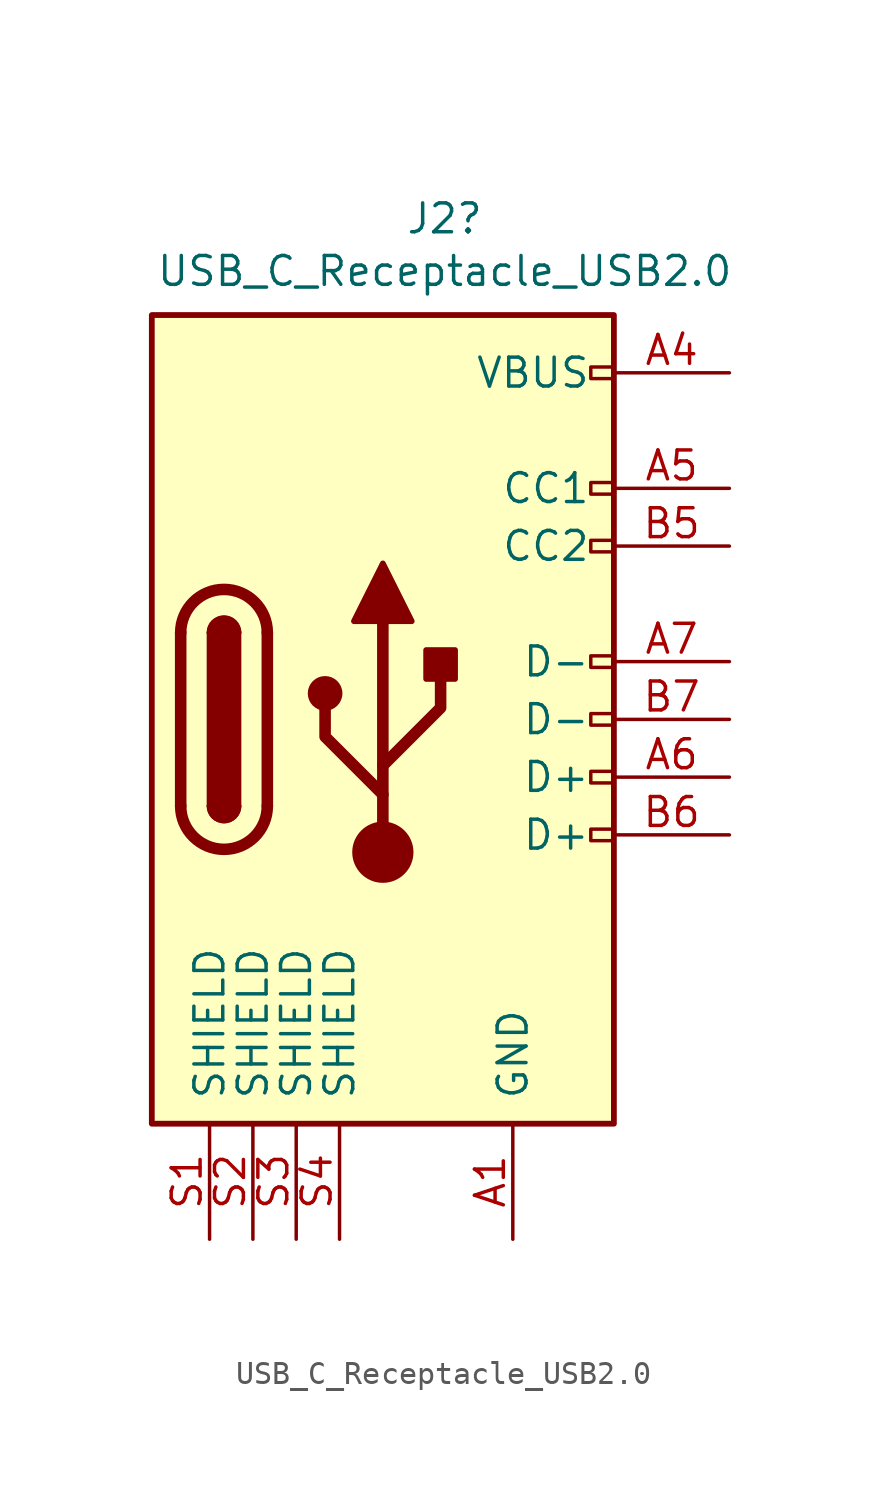
<source format=kicad_sym>
(kicad_symbol_lib
  (version 20211014)
  (generator kicad_symbol_editor)
  (symbol "USB_C_Receptacle_USB2.0"
    (pin_names
      (offset 1.016))
    (property "Reference" "J2"
      (at 2.718 22.022 0)
      (effects (font (size 1.27 1.27))))
    (property "Value" "USB_C_Receptacle_USB2.0"
      (at 2.718 19.71 0)
      (effects (font (size 1.27 1.27))))
    (symbol "USB_C_Receptacle_USB2.0_0_0"
      (rectangle (start 10.16 -4.826) (end 9.144 -5.334) (stroke (width 0) (type default) (color 0 0 0 0)) (fill (type none)))
      (rectangle (start 10.16 -2.286) (end 9.144 -2.794) (stroke (width 0) (type default) (color 0 0 0 0)) (fill (type none)))
      (rectangle (start 10.16 0.254) (end 9.144 -0.254) (stroke (width 0) (type default) (color 0 0 0 0)) (fill (type none)))
      (rectangle (start 10.16 2.794) (end 9.144 2.286) (stroke (width 0) (type default) (color 0 0 0 0)) (fill (type none)))
      (rectangle (start 10.16 7.874) (end 9.144 7.366) (stroke (width 0) (type default) (color 0 0 0 0)) (fill (type none)))
      (rectangle (start 10.16 10.414) (end 9.144 9.906) (stroke (width 0) (type default) (color 0 0 0 0)) (fill (type none)))
      (rectangle (start 10.16 15.494) (end 9.144 14.986) (stroke (width 0) (type default) (color 0 0 0 0)) (fill (type none))))
    (symbol "USB_C_Receptacle_USB2.0_0_1"
      (rectangle (start -10.16 17.78) (end 10.16 -17.78) (stroke (width 0.254) (type default) (color 0 0 0 0)) (fill (type background)))
      (arc (start -8.89 -3.81) (mid -6.985 -5.715) (end -5.08 -3.81) (stroke (width 0.508) (type default) (color 0 0 0 0)) (fill (type none)))
      (arc (start -7.62 -3.81) (mid -6.985 -4.445) (end -6.35 -3.81) (stroke (width 0.254) (type default) (color 0 0 0 0)) (fill (type none)))
      (arc (start -7.62 -3.81) (mid -6.985 -4.445) (end -6.35 -3.81) (stroke (width 0.254) (type default) (color 0 0 0 0)) (fill (type outline)))
      (rectangle (start -7.62 -3.81) (end -6.35 3.81) (stroke (width 0.254) (type default) (color 0 0 0 0)) (fill (type outline)))
      (arc (start -6.35 3.81) (mid -6.985 4.445) (end -7.62 3.81) (stroke (width 0.254) (type default) (color 0 0 0 0)) (fill (type none)))
      (arc (start -6.35 3.81) (mid -6.985 4.445) (end -7.62 3.81) (stroke (width 0.254) (type default) (color 0 0 0 0)) (fill (type outline)))
      (arc (start -5.08 3.81) (mid -6.985 5.715) (end -8.89 3.81) (stroke (width 0.508) (type default) (color 0 0 0 0)) (fill (type none)))
      (circle (center -2.54 1.143) (radius 0.635) (stroke (width 0.254) (type default) (color 0 0 0 0)) (fill (type outline)))
      (circle (center 0 -5.842) (radius 1.27) (stroke (width 0) (type default) (color 0 0 0 0)) (fill (type outline)))
      (polyline (pts (xy -8.89 -3.81) (xy -8.89 3.81)) (stroke (width 0.508) (type default) (color 0 0 0 0)) (fill (type none)))
      (polyline (pts (xy -5.08 3.81) (xy -5.08 -3.81)) (stroke (width 0.508) (type default) (color 0 0 0 0)) (fill (type none)))
      (polyline (pts (xy 0 -5.842) (xy 0 4.318)) (stroke (width 0.508) (type default) (color 0 0 0 0)) (fill (type none)))
      (polyline (pts (xy 0 -3.302) (xy -2.54 -0.762) (xy -2.54 0.508)) (stroke (width 0.508) (type default) (color 0 0 0 0)) (fill (type none)))
      (polyline (pts (xy 0 -2.032) (xy 2.54 0.508) (xy 2.54 1.778)) (stroke (width 0.508) (type default) (color 0 0 0 0)) (fill (type none)))
      (polyline (pts (xy -1.27 4.318) (xy 0 6.858) (xy 1.27 4.318) (xy -1.27 4.318)) (stroke (width 0.254) (type default) (color 0 0 0 0)) (fill (type outline)))
      (rectangle (start 1.905 1.778) (end 3.175 3.048) (stroke (width 0.254) (type default) (color 0 0 0 0)) (fill (type outline))))
    (symbol "USB_C_Receptacle_USB2.0_1_1"
      (pin power_in line (at 5.715 -22.86 90) (length 5.08) (name "GND" (effects (font (size 1.27 1.27)))) (number "A1" (effects (font (size 1.27 1.27)))))
      (pin power_in line (at 15.24 15.24 180) (length 5.08) (name "VBUS" (effects (font (size 1.27 1.27)))) (number "A4" (effects (font (size 1.27 1.27)))))
      (pin bidirectional line (at 15.24 10.16 180) (length 5.08) (name "CC1" (effects (font (size 1.27 1.27)))) (number "A5" (effects (font (size 1.27 1.27)))))
      (pin bidirectional line (at 15.24 -2.54 180) (length 5.08) (name "D+" (effects (font (size 1.27 1.27)))) (number "A6" (effects (font (size 1.27 1.27)))))
      (pin bidirectional line (at 15.24 2.54 180) (length 5.08) (name "D-" (effects (font (size 1.27 1.27)))) (number "A7" (effects (font (size 1.27 1.27)))))
      (pin bidirectional line (at 15.24 7.62 180) (length 5.08) (name "CC2" (effects (font (size 1.27 1.27)))) (number "B5" (effects (font (size 1.27 1.27)))))
      (pin bidirectional line (at 15.24 -5.08 180) (length 5.08) (name "D+" (effects (font (size 1.27 1.27)))) (number "B6" (effects (font (size 1.27 1.27)))))
      (pin bidirectional line (at 15.24 0 180) (length 5.08) (name "D-" (effects (font (size 1.27 1.27)))) (number "B7" (effects (font (size 1.27 1.27)))))
      (pin passive line (at -7.62 -22.86 90) (length 5.08) (name "SHIELD" (effects (font (size 1.27 1.27)))) (number "S1" (effects (font (size 1.27 1.27)))))
      (pin passive line (at -5.715 -22.86 90) (length 5.08) (name "SHIELD" (effects (font (size 1.27 1.27)))) (number "S2" (effects (font (size 1.27 1.27)))))
      (pin passive line (at -3.81 -22.86 90) (length 5.08) (name "SHIELD" (effects (font (size 1.27 1.27)))) (number "S3" (effects (font (size 1.27 1.27)))))
      (pin passive line (at -1.905 -22.86 90) (length 5.08) (name "SHIELD" (effects (font (size 1.27 1.27)))) (number "S4" (effects (font (size 1.27 1.27))))))))
</source>
